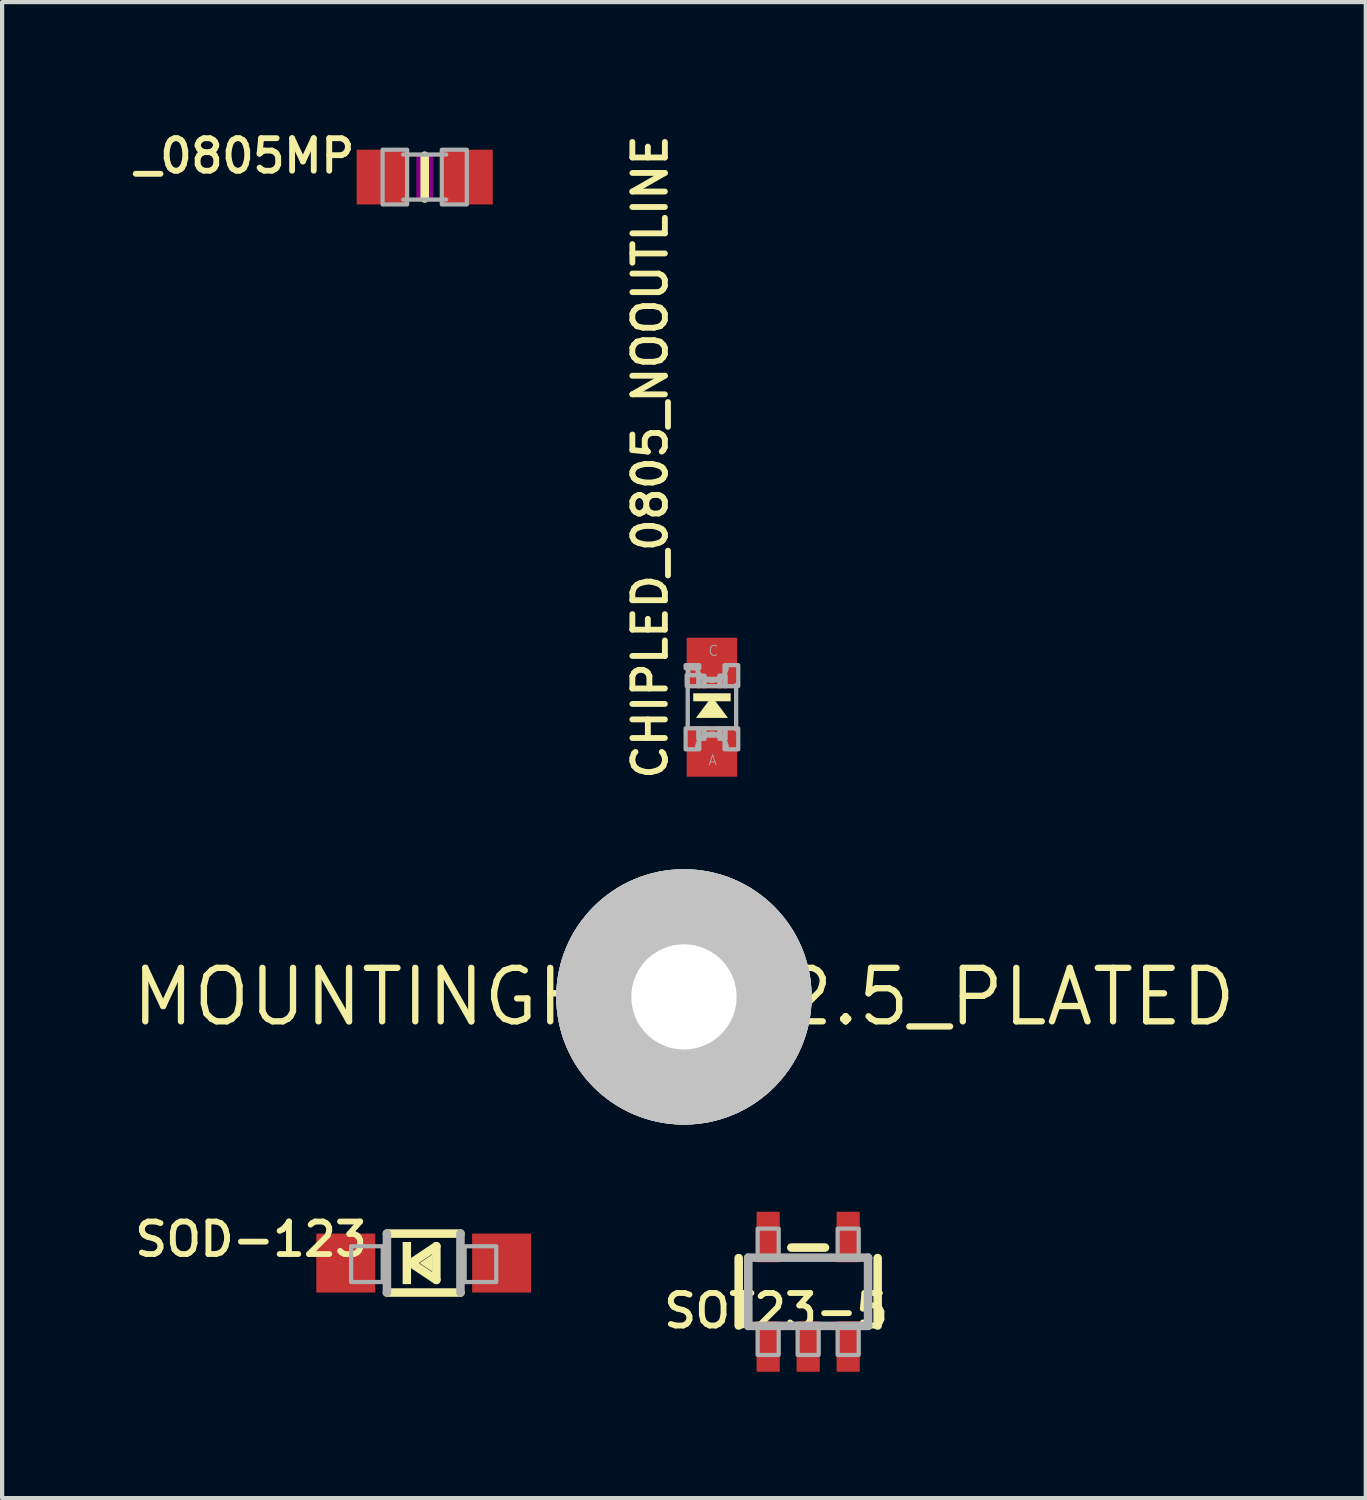
<source format=kicad_pcb>
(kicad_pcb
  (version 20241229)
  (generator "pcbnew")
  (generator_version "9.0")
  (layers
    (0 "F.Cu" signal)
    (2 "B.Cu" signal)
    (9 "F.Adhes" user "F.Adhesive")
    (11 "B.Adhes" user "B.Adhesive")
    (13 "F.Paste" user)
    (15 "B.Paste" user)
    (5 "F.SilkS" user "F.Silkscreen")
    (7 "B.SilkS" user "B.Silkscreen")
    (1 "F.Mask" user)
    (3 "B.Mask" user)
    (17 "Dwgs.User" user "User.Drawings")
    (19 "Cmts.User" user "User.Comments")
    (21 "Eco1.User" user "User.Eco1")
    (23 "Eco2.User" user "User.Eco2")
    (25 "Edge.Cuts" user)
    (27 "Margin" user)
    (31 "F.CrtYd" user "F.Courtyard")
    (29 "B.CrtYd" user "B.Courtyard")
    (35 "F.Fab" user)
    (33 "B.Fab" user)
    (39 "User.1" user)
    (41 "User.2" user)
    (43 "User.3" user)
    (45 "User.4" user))
  (footprint "CHIPLED_0805_NOOUTLINE"
    (layer "F.Cu")
    (at 13.856 13.744)
    (property "Reference" "CHIPLED_0805_NOOUTLINE" (at -1.016 1.778 90) (layer "F.SilkS") (effects (font (size 0.772 0.772) (thickness 0.139)) (justify left bottom)))
    (attr through_hole)
    (fp_poly (pts (xy 0 -0.254) (xy -0.381 0.254) (xy 0.381 0.254)) (stroke (width 0) (type solid)) (fill yes) (layer "F.SilkS"))
    (fp_poly (pts (xy -0.445 -0.141) (xy 0.445 -0.141) (xy 0.445 -0.331) (xy -0.445 -0.331)) (stroke (width 0) (type solid)) (fill yes) (layer "F.SilkS"))
    (fp_line (start -0.575 0.5) (end -0.575 -0.925) (stroke (width 0.102) (type solid)) (layer "F.Fab"))
    (fp_line (start 0.575 -0.525) (end 0.575 0.525) (stroke (width 0.102) (type solid)) (layer "F.Fab"))
    (fp_arc (start -0.35 0.925) (mid -0.000001 0.625027) (end 0.35 0.924998) (stroke (width 0.1016) (type solid)) (layer "F.Fab"))
    (fp_arc (start 0.35 -0.924998) (mid -0.000001 -0.625027) (end -0.35 -0.925) (stroke (width 0.1016) (type solid)) (layer "F.Fab"))
    (fp_circle (center -0.45 -0.85) (end -0.347 -0.85) (stroke (width 0.076) (type solid)) (fill no) (layer "F.Fab"))
    (fp_poly (pts (xy -0.625 -0.925) (xy -0.3 -0.925) (xy -0.3 -1) (xy -0.625 -1)) (stroke (width 0.1) (type solid)) (fill no) (layer "F.Fab"))
    (fp_poly (pts (xy -0.625 1) (xy -0.3 1) (xy -0.3 0.5) (xy -0.625 0.5)) (stroke (width 0.1) (type solid)) (fill no) (layer "F.Fab"))
    (fp_poly (pts (xy -0.6 -0.5) (xy -0.3 -0.5) (xy -0.3 -0.762) (xy -0.6 -0.762)) (stroke (width 0.1) (type solid)) (fill no) (layer "F.Fab"))
    (fp_poly (pts (xy -0.325 -0.5) (xy -0.175 -0.5) (xy -0.175 -0.75) (xy -0.325 -0.75)) (stroke (width 0.1) (type solid)) (fill no) (layer "F.Fab"))
    (fp_poly (pts (xy -0.325 0.75) (xy -0.175 0.75) (xy -0.175 0.5) (xy -0.325 0.5)) (stroke (width 0.1) (type solid)) (fill no) (layer "F.Fab"))
    (fp_poly (pts (xy -0.2 -0.5) (xy 0.2 -0.5) (xy 0.2 -0.675) (xy -0.2 -0.675)) (stroke (width 0.1) (type solid)) (fill no) (layer "F.Fab"))
    (fp_poly (pts (xy -0.2 0.675) (xy 0.2 0.675) (xy 0.2 0.5) (xy -0.2 0.5)) (stroke (width 0.1) (type solid)) (fill no) (layer "F.Fab"))
    (fp_poly (pts (xy 0.175 -0.5) (xy 0.325 -0.5) (xy 0.325 -0.75) (xy 0.175 -0.75)) (stroke (width 0.1) (type solid)) (fill no) (layer "F.Fab"))
    (fp_poly (pts (xy 0.175 0.75) (xy 0.325 0.75) (xy 0.325 0.5) (xy 0.175 0.5)) (stroke (width 0.1) (type solid)) (fill no) (layer "F.Fab"))
    (fp_poly (pts (xy 0.3 -0.5) (xy 0.625 -0.5) (xy 0.625 -1) (xy 0.3 -1)) (stroke (width 0.1) (type solid)) (fill no) (layer "F.Fab"))
    (fp_poly (pts (xy 0.3 1) (xy 0.625 1) (xy 0.625 0.5) (xy 0.3 0.5)) (stroke (width 0.1) (type solid)) (fill no) (layer "F.Fab"))
    (fp_text user "A" (at -0.1 1.4 0) (layer "F.Fab") (effects (font (size 0.241 0.241) (thickness 0.02)) (justify left bottom)))
    (fp_text user "C" (at -0.1 -1.2 0) (layer "F.Fab") (effects (font (size 0.241 0.241) (thickness 0.02)) (justify left bottom)))
    (pad "A" smd rect (at 0 1.05) (size 1.2 1.2) (layers "F.Cu" "F.Mask" "F.Paste"))
    (pad "C" smd rect (at 0 -1.05) (size 1.2 1.2) (layers "F.Cu" "F.Mask" "F.Paste")))
  (footprint "MOUNTINGHOLE_2.5_PLATED"
    (layer "F.Cu")
    (at 13.191 20.623)
    (property "Reference" "MOUNTINGHOLE_2.5_PLATED" (at 0 0 0) (layer "F.SilkS") (effects (font (size 1.27 1.27) (thickness 0.15))))
    (attr through_hole)
    (fp_circle (center 0 0) (end 2 0) (stroke (width 0.203) (type solid)) (fill no) (layer "F.SilkS"))
    (fp_circle (center 0 0) (end 1 0) (stroke (width 2.032) (type solid)) (fill no) (layer "Dwgs.User"))
    (fp_circle (center 0 0) (end 1 0) (stroke (width 2.032) (type solid)) (fill no) (layer "Dwgs.User"))
    (fp_circle (center 0 0) (end 1 0) (stroke (width 2.032) (type solid)) (fill no) (layer "Dwgs.User"))
    (fp_circle (center 0 0) (end 1 0) (stroke (width 2.032) (type solid)) (fill no) (layer "Dwgs.User"))
    (pad "P$1" thru_hole circle (at 0 0) (size 3.2 3.2) (drill 2.5) (layers "*.Cu" "*.Mask")))
  (footprint "SOT23-5"
    (layer "F.Cu")
    (at 16.141 27.625)
    (property "Reference" "SOT23-5" (at 1.978 0 180) (layer "F.SilkS") (effects (font (size 0.772 0.772) (thickness 0.139)) (justify right top)))
    (attr through_hole)
    (fp_line (start -1.65 -0.8) (end -1.65 0.8) (stroke (width 0.203) (type solid)) (layer "F.SilkS"))
    (fp_line (start -0.4 -1.05) (end 0.4 -1.05) (stroke (width 0.203) (type solid)) (layer "F.SilkS"))
    (fp_line (start 1.65 -0.8) (end 1.65 0.8) (stroke (width 0.203) (type solid)) (layer "F.SilkS"))
    (fp_line (start -1.422 -0.81) (end 1.422 -0.81) (stroke (width 0.203) (type solid)) (layer "F.Fab"))
    (fp_line (start -1.422 0.81) (end -1.422 -0.81) (stroke (width 0.203) (type solid)) (layer "F.Fab"))
    (fp_line (start 1.422 -0.81) (end 1.422 0.81) (stroke (width 0.203) (type solid)) (layer "F.Fab"))
    (fp_line (start 1.422 0.81) (end -1.422 0.81) (stroke (width 0.203) (type solid)) (layer "F.Fab"))
    (fp_poly (pts (xy -1.2 -0.85) (xy -0.7 -0.85) (xy -0.7 -1.5) (xy -1.2 -1.5)) (stroke (width 0.1) (type solid)) (fill no) (layer "F.Fab"))
    (fp_poly (pts (xy -1.2 1.5) (xy -0.7 1.5) (xy -0.7 0.85) (xy -1.2 0.85)) (stroke (width 0.1) (type solid)) (fill no) (layer "F.Fab"))
    (fp_poly (pts (xy -0.25 1.5) (xy 0.25 1.5) (xy 0.25 0.85) (xy -0.25 0.85)) (stroke (width 0.1) (type solid)) (fill no) (layer "F.Fab"))
    (fp_poly (pts (xy 0.7 -0.85) (xy 1.2 -0.85) (xy 1.2 -1.5) (xy 0.7 -1.5)) (stroke (width 0.1) (type solid)) (fill no) (layer "F.Fab"))
    (fp_poly (pts (xy 0.7 1.5) (xy 1.2 1.5) (xy 1.2 0.85) (xy 0.7 0.85)) (stroke (width 0.1) (type solid)) (fill no) (layer "F.Fab"))
    (pad "1" smd rect (at -0.95 1.3) (size 0.55 1.2) (layers "F.Cu" "F.Mask" "F.Paste"))
    (pad "2" smd rect (at 0 1.3) (size 0.55 1.2) (layers "F.Cu" "F.Mask" "F.Paste"))
    (pad "3" smd rect (at 0.95 1.3) (size 0.55 1.2) (layers "F.Cu" "F.Mask" "F.Paste"))
    (pad "4" smd rect (at 0.95 -1.3) (size 0.55 1.2) (layers "F.Cu" "F.Mask" "F.Paste"))
    (pad "5" smd rect (at -0.95 -1.3) (size 0.55 1.2) (layers "F.Cu" "F.Mask" "F.Paste")))
  (footprint "_0805MP"
    (layer "F.Cu")
    (at 7.035 1.155)
    (property "Reference" "_0805MP" (at -1.587 -0.953 180) (layer "F.SilkS") (effects (font (size 0.772 0.772) (thickness 0.139)) (justify right top)))
    (attr through_hole)
    (fp_line (start 0 -0.508) (end 0 0.508) (stroke (width 0.203) (type solid)) (layer "F.SilkS"))
    (fp_poly (pts (xy -0.2 0.5) (xy 0.2 0.5) (xy 0.2 -0.5) (xy -0.2 -0.5)) (stroke (width 0) (type solid)) (fill yes) (layer "F.Adhes"))
    (fp_line (start -0.51 -0.535) (end 0.51 -0.535) (stroke (width 0.102) (type solid)) (layer "F.Fab"))
    (fp_line (start -0.51 0.535) (end 0.51 0.535) (stroke (width 0.102) (type solid)) (layer "F.Fab"))
    (fp_poly (pts (xy -1 0.65) (xy -0.417 0.65) (xy -0.417 -0.65) (xy -1 -0.65)) (stroke (width 0.1) (type solid)) (fill no) (layer "F.Fab"))
    (fp_poly (pts (xy 0.406 0.65) (xy 1 0.65) (xy 1 -0.65) (xy 0.406 -0.65)) (stroke (width 0.1) (type solid)) (fill no) (layer "F.Fab"))
    (pad "1" smd rect (at -1.016 0) (size 1.2 1.3) (layers "F.Cu" "F.Mask" "F.Paste"))
    (pad "2" smd rect (at 1.016 0) (size 1.2 1.3) (layers "F.Cu" "F.Mask" "F.Paste")))
  (footprint "SOD-123"
    (layer "F.Cu")
    (at 7.011 26.943)
    (property "Reference" "SOD-123" (at -1.27 -1.016 180) (layer "F.SilkS") (effects (font (size 0.772 0.772) (thickness 0.139)) (justify right top)))
    (attr through_hole)
    (fp_line (start -0.873 -0.7) (end 0.873 -0.7) (stroke (width 0.203) (type solid)) (layer "F.SilkS"))
    (fp_line (start -0.3 0) (end 0.3 -0.4) (stroke (width 0.203) (type solid)) (layer "F.SilkS"))
    (fp_line (start 0.3 -0.4) (end 0.3 0.4) (stroke (width 0.203) (type solid)) (layer "F.SilkS"))
    (fp_line (start 0.3 0.4) (end -0.3 0) (stroke (width 0.203) (type solid)) (layer "F.SilkS"))
    (fp_line (start 0.873 0.7) (end -0.873 0.7) (stroke (width 0.203) (type solid)) (layer "F.SilkS"))
    (fp_poly (pts (xy -0.1 0) (xy 0.2 -0.2) (xy 0.2 0.2)) (stroke (width 0) (type solid)) (fill yes) (layer "F.SilkS"))
    (fp_poly (pts (xy -0.5 0.5) (xy -0.3 0.5) (xy -0.3 -0.5) (xy -0.5 -0.5)) (stroke (width 0) (type solid)) (fill yes) (layer "F.SilkS"))
    (fp_line (start -0.873 0.7) (end -0.873 -0.7) (stroke (width 0.203) (type solid)) (layer "F.Fab"))
    (fp_line (start 0.873 -0.7) (end 0.873 0.7) (stroke (width 0.203) (type solid)) (layer "F.Fab"))
    (fp_poly (pts (xy -1.723 0.45) (xy -0.973 0.45) (xy -0.973 -0.4) (xy -1.723 -0.4)) (stroke (width 0.1) (type solid)) (fill no) (layer "F.Fab"))
    (fp_poly (pts (xy 0.973 0.45) (xy 1.723 0.45) (xy 1.723 -0.4) (xy 0.973 -0.4)) (stroke (width 0.1) (type solid)) (fill no) (layer "F.Fab"))
    (pad "A" smd rect (at 1.85 0 90) (size 1.4 1.4) (layers "F.Cu" "F.Mask" "F.Paste"))
    (pad "C" smd rect (at -1.85 0 90) (size 1.4 1.4) (layers "F.Cu" "F.Mask" "F.Paste")))
  (gr_rect
    (start -3 -3)
    (end 29.382 32.525)
    (stroke (width 0.1) (type default))
    (fill no)
    (layer "Edge.Cuts")))
</source>
